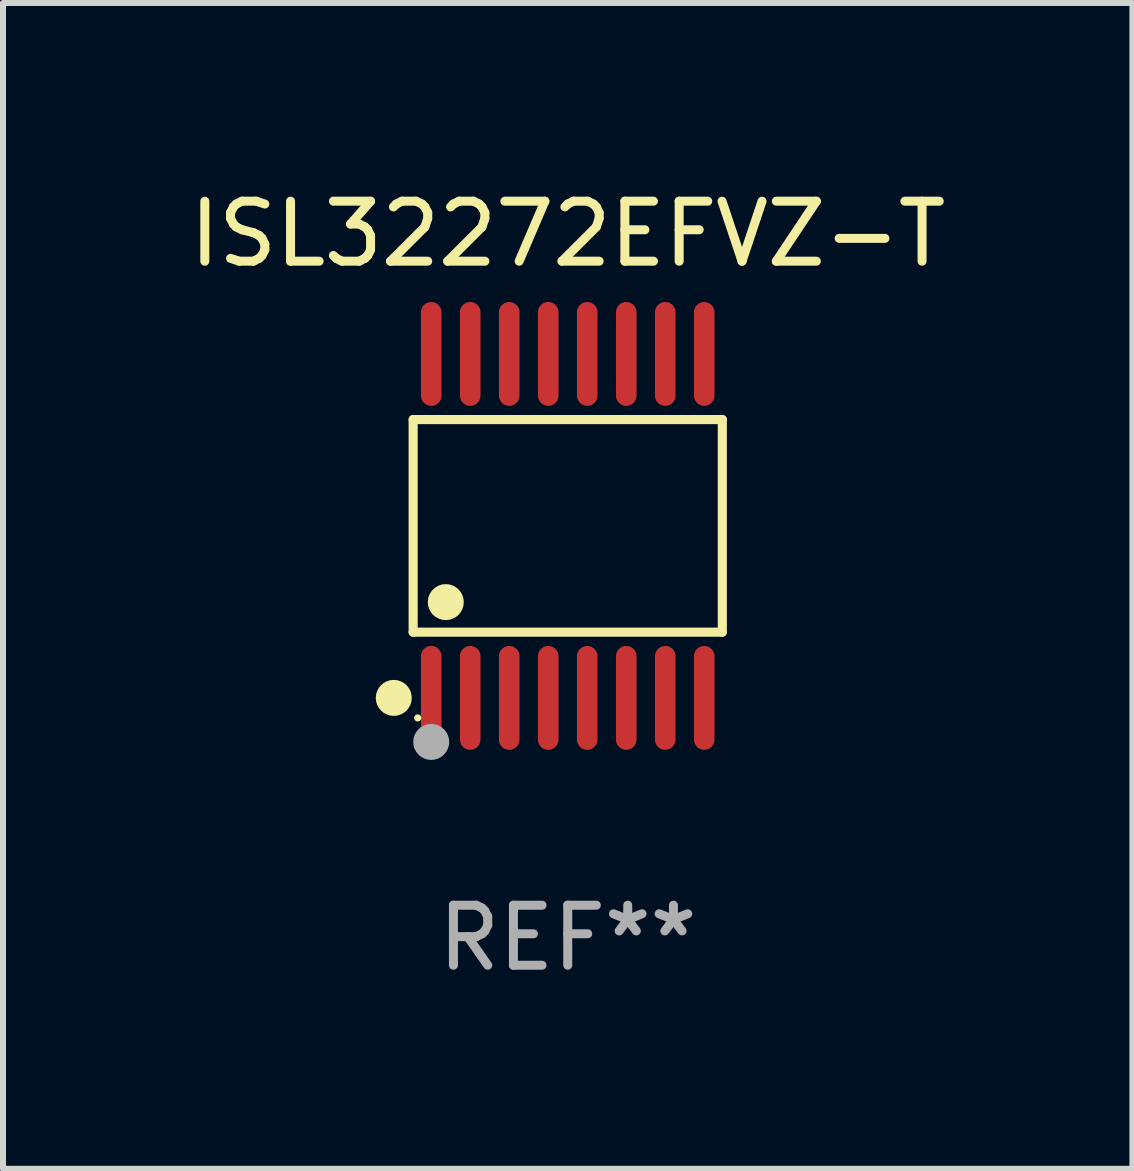
<source format=kicad_pcb>
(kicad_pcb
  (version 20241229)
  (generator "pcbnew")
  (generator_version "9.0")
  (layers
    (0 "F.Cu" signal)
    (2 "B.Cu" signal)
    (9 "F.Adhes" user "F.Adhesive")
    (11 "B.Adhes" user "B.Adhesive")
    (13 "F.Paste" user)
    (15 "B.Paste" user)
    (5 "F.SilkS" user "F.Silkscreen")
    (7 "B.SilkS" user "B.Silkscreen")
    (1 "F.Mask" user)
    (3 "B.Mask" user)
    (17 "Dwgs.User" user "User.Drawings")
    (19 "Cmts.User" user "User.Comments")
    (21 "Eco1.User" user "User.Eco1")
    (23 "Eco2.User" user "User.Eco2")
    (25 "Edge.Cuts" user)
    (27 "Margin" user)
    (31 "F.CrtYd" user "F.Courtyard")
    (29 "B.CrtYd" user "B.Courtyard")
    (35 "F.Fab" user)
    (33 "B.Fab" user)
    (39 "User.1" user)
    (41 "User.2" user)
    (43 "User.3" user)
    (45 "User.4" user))
  (footprint "ISL32272EFVZ-T"
    (layer "F.Cu")
    (at 6.411 5.714)
    (property "Reference" "ISL32272EFVZ-T" (at 0 -4.866 0) (layer "F.SilkS") (effects (font (size 1 1) (thickness 0.15))))
    (attr through_hole)
    (fp_line (start -2.576 -1.772) (end 2.576 -1.772) (stroke (width 0.152) (type solid)) (layer "F.SilkS"))
    (fp_line (start -2.576 1.771) (end -2.576 -1.772) (stroke (width 0.152) (type solid)) (layer "F.SilkS"))
    (fp_line (start 2.576 -1.772) (end 2.576 1.771) (stroke (width 0.152) (type solid)) (layer "F.SilkS"))
    (fp_line (start 2.576 1.771) (end -2.576 1.771) (stroke (width 0.152) (type solid)) (layer "F.SilkS"))
    (fp_circle (center -2.899 2.866) (end -2.749 2.866) (stroke (width 0.3) (type solid)) (fill no) (layer "F.SilkS"))
    (fp_circle (center -2.5 3.2) (end -2.47 3.2) (stroke (width 0.06) (type solid)) (fill no) (layer "F.SilkS"))
    (fp_circle (center -2.032 1.27) (end -1.882 1.27) (stroke (width 0.3) (type solid)) (fill no) (layer "F.SilkS"))
    (fp_circle (center -2.275 3.6) (end -2.125 3.6) (stroke (width 0.3) (type solid)) (fill no) (layer "F.Fab"))
    (fp_text user "REF**" (at 0 6.866 0) (layer "F.Fab") (effects (font (size 1 1) (thickness 0.15))))
    (pad "1" smd oval (at -2.275 2.866) (size 0.343 1.731) (layers "F.Cu" "F.Mask" "F.Paste"))
    (pad "2" smd oval (at -1.625 2.866) (size 0.343 1.731) (layers "F.Cu" "F.Mask" "F.Paste"))
    (pad "3" smd oval (at -0.975 2.866) (size 0.343 1.731) (layers "F.Cu" "F.Mask" "F.Paste"))
    (pad "4" smd oval (at -0.325 2.866) (size 0.343 1.731) (layers "F.Cu" "F.Mask" "F.Paste"))
    (pad "5" smd oval (at 0.325 2.866) (size 0.343 1.731) (layers "F.Cu" "F.Mask" "F.Paste"))
    (pad "6" smd oval (at 0.975 2.866) (size 0.343 1.731) (layers "F.Cu" "F.Mask" "F.Paste"))
    (pad "7" smd oval (at 1.625 2.866) (size 0.343 1.731) (layers "F.Cu" "F.Mask" "F.Paste"))
    (pad "8" smd oval (at 2.275 2.866) (size 0.343 1.731) (layers "F.Cu" "F.Mask" "F.Paste"))
    (pad "9" smd oval (at 2.275 -2.866) (size 0.343 1.731) (layers "F.Cu" "F.Mask" "F.Paste"))
    (pad "10" smd oval (at 1.625 -2.866) (size 0.343 1.731) (layers "F.Cu" "F.Mask" "F.Paste"))
    (pad "11" smd oval (at 0.975 -2.866) (size 0.343 1.731) (layers "F.Cu" "F.Mask" "F.Paste"))
    (pad "12" smd oval (at 0.325 -2.866) (size 0.343 1.731) (layers "F.Cu" "F.Mask" "F.Paste"))
    (pad "13" smd oval (at -0.325 -2.866) (size 0.343 1.731) (layers "F.Cu" "F.Mask" "F.Paste"))
    (pad "14" smd oval (at -0.975 -2.866) (size 0.343 1.731) (layers "F.Cu" "F.Mask" "F.Paste"))
    (pad "15" smd oval (at -1.625 -2.866) (size 0.343 1.731) (layers "F.Cu" "F.Mask" "F.Paste"))
    (pad "16" smd oval (at -2.275 -2.866) (size 0.343 1.731) (layers "F.Cu" "F.Mask" "F.Paste")))
  (gr_rect
    (start -3 -3)
    (end 15.821 16.428)
    (stroke (width 0.1) (type default))
    (fill no)
    (layer "Edge.Cuts")))
</source>
